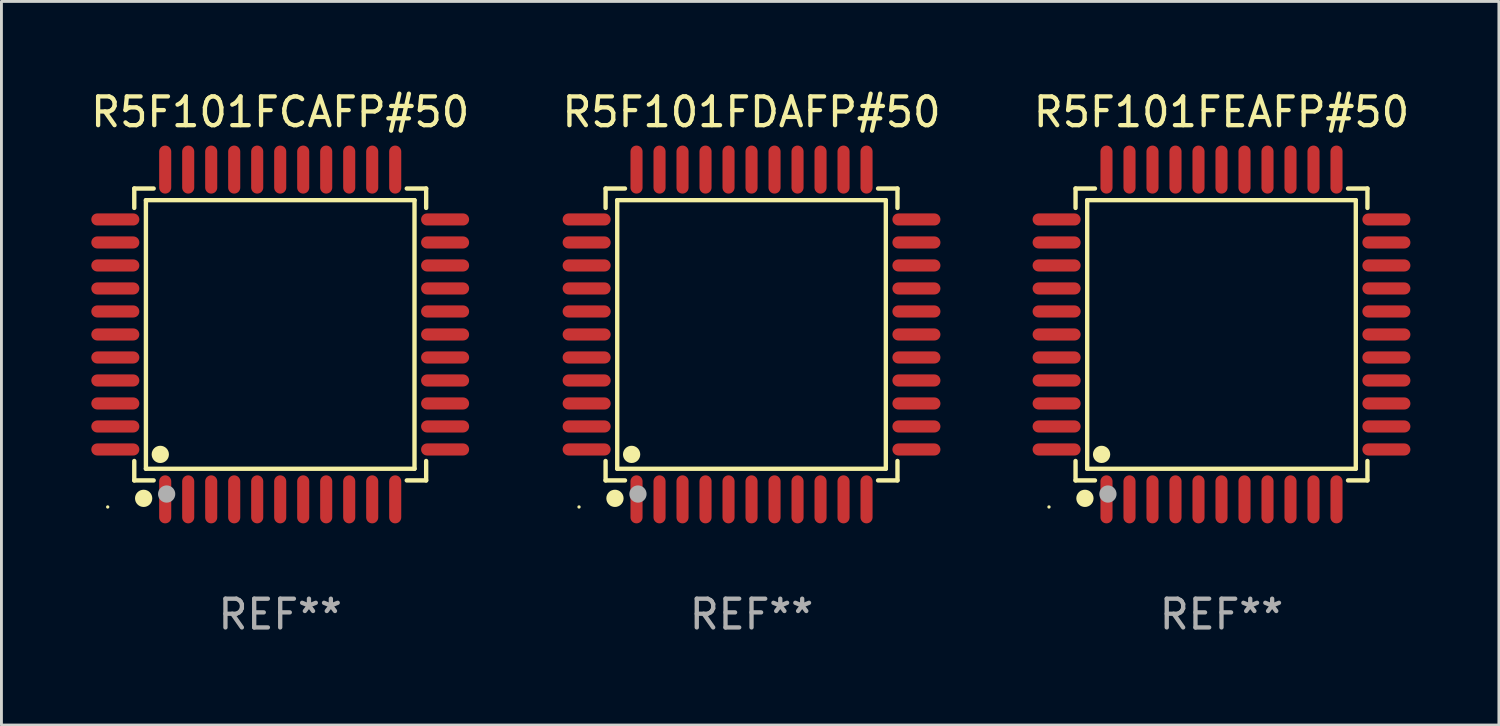
<source format=kicad_pcb>
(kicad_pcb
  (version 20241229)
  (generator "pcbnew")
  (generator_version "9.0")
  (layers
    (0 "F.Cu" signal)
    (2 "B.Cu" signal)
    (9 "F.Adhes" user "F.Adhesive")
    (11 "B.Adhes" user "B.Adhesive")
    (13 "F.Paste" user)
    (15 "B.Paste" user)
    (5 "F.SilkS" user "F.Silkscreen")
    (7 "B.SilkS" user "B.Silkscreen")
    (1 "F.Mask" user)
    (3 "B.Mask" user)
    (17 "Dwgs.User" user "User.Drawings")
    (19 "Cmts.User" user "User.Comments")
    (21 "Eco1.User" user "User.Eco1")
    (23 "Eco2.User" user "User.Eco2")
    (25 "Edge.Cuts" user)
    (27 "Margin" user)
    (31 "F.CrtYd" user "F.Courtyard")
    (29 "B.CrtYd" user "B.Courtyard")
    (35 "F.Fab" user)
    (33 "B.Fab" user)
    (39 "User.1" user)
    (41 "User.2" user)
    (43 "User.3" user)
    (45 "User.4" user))
  (footprint "R5F101FDAFP#50"
    (layer "F.Cu")
    (at 23.089 8.583)
    (property "Reference" "R5F101FDAFP#50" (at 0 -7.735 0) (layer "F.SilkS") (effects (font (size 1 1) (thickness 0.15))))
    (attr through_hole)
    (fp_line (start -5.076 -5.076) (end -4.401 -5.076) (stroke (width 0.152) (type solid)) (layer "F.SilkS"))
    (fp_line (start -5.076 -4.401) (end -5.076 -5.076) (stroke (width 0.152) (type solid)) (layer "F.SilkS"))
    (fp_line (start -5.076 4.401) (end -5.076 5.076) (stroke (width 0.152) (type solid)) (layer "F.SilkS"))
    (fp_line (start -5.076 5.076) (end -4.401 5.076) (stroke (width 0.152) (type solid)) (layer "F.SilkS"))
    (fp_line (start -4.671 -4.671) (end 4.671 -4.671) (stroke (width 0.152) (type solid)) (layer "F.SilkS"))
    (fp_line (start -4.671 4.671) (end -4.671 -4.671) (stroke (width 0.152) (type solid)) (layer "F.SilkS"))
    (fp_line (start 4.671 -4.671) (end 4.671 4.671) (stroke (width 0.152) (type solid)) (layer "F.SilkS"))
    (fp_line (start 4.671 4.671) (end -4.671 4.671) (stroke (width 0.152) (type solid)) (layer "F.SilkS"))
    (fp_line (start 5.076 -5.076) (end 4.401 -5.076) (stroke (width 0.152) (type solid)) (layer "F.SilkS"))
    (fp_line (start 5.076 -4.401) (end 5.076 -5.076) (stroke (width 0.152) (type solid)) (layer "F.SilkS"))
    (fp_line (start 5.076 4.401) (end 5.076 5.076) (stroke (width 0.152) (type solid)) (layer "F.SilkS"))
    (fp_line (start 5.076 5.076) (end 4.401 5.076) (stroke (width 0.152) (type solid)) (layer "F.SilkS"))
    (fp_circle (center -6 6) (end -5.97 6) (stroke (width 0.06) (type solid)) (fill no) (layer "F.SilkS"))
    (fp_circle (center -4.75 5.7) (end -4.6 5.7) (stroke (width 0.3) (type solid)) (fill no) (layer "F.SilkS"))
    (fp_circle (center -4.171 4.171) (end -4.021 4.171) (stroke (width 0.3) (type solid)) (fill no) (layer "F.SilkS"))
    (fp_circle (center -3.95 5.55) (end -3.8 5.55) (stroke (width 0.3) (type solid)) (fill no) (layer "F.Fab"))
    (fp_text user "REF**" (at 0 9.735 0) (layer "F.Fab") (effects (font (size 1 1) (thickness 0.15))))
    (pad "1" smd oval (at -4 5.735) (size 0.42 1.67) (layers "F.Cu" "F.Mask" "F.Paste"))
    (pad "2" smd oval (at -3.2 5.735) (size 0.42 1.67) (layers "F.Cu" "F.Mask" "F.Paste"))
    (pad "3" smd oval (at -2.4 5.735) (size 0.42 1.67) (layers "F.Cu" "F.Mask" "F.Paste"))
    (pad "4" smd oval (at -1.6 5.735) (size 0.42 1.67) (layers "F.Cu" "F.Mask" "F.Paste"))
    (pad "5" smd oval (at -0.8 5.735) (size 0.42 1.67) (layers "F.Cu" "F.Mask" "F.Paste"))
    (pad "6" smd oval (at 0 5.735) (size 0.42 1.67) (layers "F.Cu" "F.Mask" "F.Paste"))
    (pad "7" smd oval (at 0.8 5.735) (size 0.42 1.67) (layers "F.Cu" "F.Mask" "F.Paste"))
    (pad "8" smd oval (at 1.6 5.735) (size 0.42 1.67) (layers "F.Cu" "F.Mask" "F.Paste"))
    (pad "9" smd oval (at 2.4 5.735) (size 0.42 1.67) (layers "F.Cu" "F.Mask" "F.Paste"))
    (pad "10" smd oval (at 3.2 5.735) (size 0.42 1.67) (layers "F.Cu" "F.Mask" "F.Paste"))
    (pad "11" smd oval (at 4 5.735) (size 0.42 1.67) (layers "F.Cu" "F.Mask" "F.Paste"))
    (pad "12" smd oval (at 5.735 4) (size 1.67 0.42) (layers "F.Cu" "F.Mask" "F.Paste"))
    (pad "13" smd oval (at 5.735 3.2) (size 1.67 0.42) (layers "F.Cu" "F.Mask" "F.Paste"))
    (pad "14" smd oval (at 5.735 2.4) (size 1.67 0.42) (layers "F.Cu" "F.Mask" "F.Paste"))
    (pad "15" smd oval (at 5.735 1.6) (size 1.67 0.42) (layers "F.Cu" "F.Mask" "F.Paste"))
    (pad "16" smd oval (at 5.735 0.8) (size 1.67 0.42) (layers "F.Cu" "F.Mask" "F.Paste"))
    (pad "17" smd oval (at 5.735 0) (size 1.67 0.42) (layers "F.Cu" "F.Mask" "F.Paste"))
    (pad "18" smd oval (at 5.735 -0.8) (size 1.67 0.42) (layers "F.Cu" "F.Mask" "F.Paste"))
    (pad "19" smd oval (at 5.735 -1.6) (size 1.67 0.42) (layers "F.Cu" "F.Mask" "F.Paste"))
    (pad "20" smd oval (at 5.735 -2.4) (size 1.67 0.42) (layers "F.Cu" "F.Mask" "F.Paste"))
    (pad "21" smd oval (at 5.735 -3.2) (size 1.67 0.42) (layers "F.Cu" "F.Mask" "F.Paste"))
    (pad "22" smd oval (at 5.735 -4) (size 1.67 0.42) (layers "F.Cu" "F.Mask" "F.Paste"))
    (pad "23" smd oval (at 4 -5.735) (size 0.42 1.67) (layers "F.Cu" "F.Mask" "F.Paste"))
    (pad "24" smd oval (at 3.2 -5.735) (size 0.42 1.67) (layers "F.Cu" "F.Mask" "F.Paste"))
    (pad "25" smd oval (at 2.4 -5.735) (size 0.42 1.67) (layers "F.Cu" "F.Mask" "F.Paste"))
    (pad "26" smd oval (at 1.6 -5.735) (size 0.42 1.67) (layers "F.Cu" "F.Mask" "F.Paste"))
    (pad "27" smd oval (at 0.8 -5.735) (size 0.42 1.67) (layers "F.Cu" "F.Mask" "F.Paste"))
    (pad "28" smd oval (at 0 -5.735) (size 0.42 1.67) (layers "F.Cu" "F.Mask" "F.Paste"))
    (pad "29" smd oval (at -0.8 -5.735) (size 0.42 1.67) (layers "F.Cu" "F.Mask" "F.Paste"))
    (pad "30" smd oval (at -1.6 -5.735) (size 0.42 1.67) (layers "F.Cu" "F.Mask" "F.Paste"))
    (pad "31" smd oval (at -2.4 -5.735) (size 0.42 1.67) (layers "F.Cu" "F.Mask" "F.Paste"))
    (pad "32" smd oval (at -3.2 -5.735) (size 0.42 1.67) (layers "F.Cu" "F.Mask" "F.Paste"))
    (pad "33" smd oval (at -4 -5.735) (size 0.42 1.67) (layers "F.Cu" "F.Mask" "F.Paste"))
    (pad "34" smd oval (at -5.735 -4) (size 1.67 0.42) (layers "F.Cu" "F.Mask" "F.Paste"))
    (pad "35" smd oval (at -5.735 -3.2) (size 1.67 0.42) (layers "F.Cu" "F.Mask" "F.Paste"))
    (pad "36" smd oval (at -5.735 -2.4) (size 1.67 0.42) (layers "F.Cu" "F.Mask" "F.Paste"))
    (pad "37" smd oval (at -5.735 -1.6) (size 1.67 0.42) (layers "F.Cu" "F.Mask" "F.Paste"))
    (pad "38" smd oval (at -5.735 -0.8) (size 1.67 0.42) (layers "F.Cu" "F.Mask" "F.Paste"))
    (pad "39" smd oval (at -5.735 0) (size 1.67 0.42) (layers "F.Cu" "F.Mask" "F.Paste"))
    (pad "40" smd oval (at -5.735 0.8) (size 1.67 0.42) (layers "F.Cu" "F.Mask" "F.Paste"))
    (pad "41" smd oval (at -5.735 1.6) (size 1.67 0.42) (layers "F.Cu" "F.Mask" "F.Paste"))
    (pad "42" smd oval (at -5.735 2.4) (size 1.67 0.42) (layers "F.Cu" "F.Mask" "F.Paste"))
    (pad "43" smd oval (at -5.735 3.2) (size 1.67 0.42) (layers "F.Cu" "F.Mask" "F.Paste"))
    (pad "44" smd oval (at -5.735 4) (size 1.67 0.42) (layers "F.Cu" "F.Mask" "F.Paste")))
  (footprint "R5F101FEAFP#50"
    (layer "F.Cu")
    (at 39.435 8.583)
    (property "Reference" "R5F101FEAFP#50" (at 0 -7.735 0) (layer "F.SilkS") (effects (font (size 1 1) (thickness 0.15))))
    (attr through_hole)
    (fp_line (start -5.076 -5.076) (end -4.401 -5.076) (stroke (width 0.152) (type solid)) (layer "F.SilkS"))
    (fp_line (start -5.076 -4.401) (end -5.076 -5.076) (stroke (width 0.152) (type solid)) (layer "F.SilkS"))
    (fp_line (start -5.076 4.401) (end -5.076 5.076) (stroke (width 0.152) (type solid)) (layer "F.SilkS"))
    (fp_line (start -5.076 5.076) (end -4.401 5.076) (stroke (width 0.152) (type solid)) (layer "F.SilkS"))
    (fp_line (start -4.671 -4.671) (end 4.671 -4.671) (stroke (width 0.152) (type solid)) (layer "F.SilkS"))
    (fp_line (start -4.671 4.671) (end -4.671 -4.671) (stroke (width 0.152) (type solid)) (layer "F.SilkS"))
    (fp_line (start 4.671 -4.671) (end 4.671 4.671) (stroke (width 0.152) (type solid)) (layer "F.SilkS"))
    (fp_line (start 4.671 4.671) (end -4.671 4.671) (stroke (width 0.152) (type solid)) (layer "F.SilkS"))
    (fp_line (start 5.076 -5.076) (end 4.401 -5.076) (stroke (width 0.152) (type solid)) (layer "F.SilkS"))
    (fp_line (start 5.076 -4.401) (end 5.076 -5.076) (stroke (width 0.152) (type solid)) (layer "F.SilkS"))
    (fp_line (start 5.076 4.401) (end 5.076 5.076) (stroke (width 0.152) (type solid)) (layer "F.SilkS"))
    (fp_line (start 5.076 5.076) (end 4.401 5.076) (stroke (width 0.152) (type solid)) (layer "F.SilkS"))
    (fp_circle (center -6 6) (end -5.97 6) (stroke (width 0.06) (type solid)) (fill no) (layer "F.SilkS"))
    (fp_circle (center -4.75 5.7) (end -4.6 5.7) (stroke (width 0.3) (type solid)) (fill no) (layer "F.SilkS"))
    (fp_circle (center -4.171 4.171) (end -4.021 4.171) (stroke (width 0.3) (type solid)) (fill no) (layer "F.SilkS"))
    (fp_circle (center -3.95 5.55) (end -3.8 5.55) (stroke (width 0.3) (type solid)) (fill no) (layer "F.Fab"))
    (fp_text user "REF**" (at 0 9.735 0) (layer "F.Fab") (effects (font (size 1 1) (thickness 0.15))))
    (pad "1" smd oval (at -4 5.735) (size 0.42 1.67) (layers "F.Cu" "F.Mask" "F.Paste"))
    (pad "2" smd oval (at -3.2 5.735) (size 0.42 1.67) (layers "F.Cu" "F.Mask" "F.Paste"))
    (pad "3" smd oval (at -2.4 5.735) (size 0.42 1.67) (layers "F.Cu" "F.Mask" "F.Paste"))
    (pad "4" smd oval (at -1.6 5.735) (size 0.42 1.67) (layers "F.Cu" "F.Mask" "F.Paste"))
    (pad "5" smd oval (at -0.8 5.735) (size 0.42 1.67) (layers "F.Cu" "F.Mask" "F.Paste"))
    (pad "6" smd oval (at 0 5.735) (size 0.42 1.67) (layers "F.Cu" "F.Mask" "F.Paste"))
    (pad "7" smd oval (at 0.8 5.735) (size 0.42 1.67) (layers "F.Cu" "F.Mask" "F.Paste"))
    (pad "8" smd oval (at 1.6 5.735) (size 0.42 1.67) (layers "F.Cu" "F.Mask" "F.Paste"))
    (pad "9" smd oval (at 2.4 5.735) (size 0.42 1.67) (layers "F.Cu" "F.Mask" "F.Paste"))
    (pad "10" smd oval (at 3.2 5.735) (size 0.42 1.67) (layers "F.Cu" "F.Mask" "F.Paste"))
    (pad "11" smd oval (at 4 5.735) (size 0.42 1.67) (layers "F.Cu" "F.Mask" "F.Paste"))
    (pad "12" smd oval (at 5.735 4) (size 1.67 0.42) (layers "F.Cu" "F.Mask" "F.Paste"))
    (pad "13" smd oval (at 5.735 3.2) (size 1.67 0.42) (layers "F.Cu" "F.Mask" "F.Paste"))
    (pad "14" smd oval (at 5.735 2.4) (size 1.67 0.42) (layers "F.Cu" "F.Mask" "F.Paste"))
    (pad "15" smd oval (at 5.735 1.6) (size 1.67 0.42) (layers "F.Cu" "F.Mask" "F.Paste"))
    (pad "16" smd oval (at 5.735 0.8) (size 1.67 0.42) (layers "F.Cu" "F.Mask" "F.Paste"))
    (pad "17" smd oval (at 5.735 0) (size 1.67 0.42) (layers "F.Cu" "F.Mask" "F.Paste"))
    (pad "18" smd oval (at 5.735 -0.8) (size 1.67 0.42) (layers "F.Cu" "F.Mask" "F.Paste"))
    (pad "19" smd oval (at 5.735 -1.6) (size 1.67 0.42) (layers "F.Cu" "F.Mask" "F.Paste"))
    (pad "20" smd oval (at 5.735 -2.4) (size 1.67 0.42) (layers "F.Cu" "F.Mask" "F.Paste"))
    (pad "21" smd oval (at 5.735 -3.2) (size 1.67 0.42) (layers "F.Cu" "F.Mask" "F.Paste"))
    (pad "22" smd oval (at 5.735 -4) (size 1.67 0.42) (layers "F.Cu" "F.Mask" "F.Paste"))
    (pad "23" smd oval (at 4 -5.735) (size 0.42 1.67) (layers "F.Cu" "F.Mask" "F.Paste"))
    (pad "24" smd oval (at 3.2 -5.735) (size 0.42 1.67) (layers "F.Cu" "F.Mask" "F.Paste"))
    (pad "25" smd oval (at 2.4 -5.735) (size 0.42 1.67) (layers "F.Cu" "F.Mask" "F.Paste"))
    (pad "26" smd oval (at 1.6 -5.735) (size 0.42 1.67) (layers "F.Cu" "F.Mask" "F.Paste"))
    (pad "27" smd oval (at 0.8 -5.735) (size 0.42 1.67) (layers "F.Cu" "F.Mask" "F.Paste"))
    (pad "28" smd oval (at 0 -5.735) (size 0.42 1.67) (layers "F.Cu" "F.Mask" "F.Paste"))
    (pad "29" smd oval (at -0.8 -5.735) (size 0.42 1.67) (layers "F.Cu" "F.Mask" "F.Paste"))
    (pad "30" smd oval (at -1.6 -5.735) (size 0.42 1.67) (layers "F.Cu" "F.Mask" "F.Paste"))
    (pad "31" smd oval (at -2.4 -5.735) (size 0.42 1.67) (layers "F.Cu" "F.Mask" "F.Paste"))
    (pad "32" smd oval (at -3.2 -5.735) (size 0.42 1.67) (layers "F.Cu" "F.Mask" "F.Paste"))
    (pad "33" smd oval (at -4 -5.735) (size 0.42 1.67) (layers "F.Cu" "F.Mask" "F.Paste"))
    (pad "34" smd oval (at -5.735 -4) (size 1.67 0.42) (layers "F.Cu" "F.Mask" "F.Paste"))
    (pad "35" smd oval (at -5.735 -3.2) (size 1.67 0.42) (layers "F.Cu" "F.Mask" "F.Paste"))
    (pad "36" smd oval (at -5.735 -2.4) (size 1.67 0.42) (layers "F.Cu" "F.Mask" "F.Paste"))
    (pad "37" smd oval (at -5.735 -1.6) (size 1.67 0.42) (layers "F.Cu" "F.Mask" "F.Paste"))
    (pad "38" smd oval (at -5.735 -0.8) (size 1.67 0.42) (layers "F.Cu" "F.Mask" "F.Paste"))
    (pad "39" smd oval (at -5.735 0) (size 1.67 0.42) (layers "F.Cu" "F.Mask" "F.Paste"))
    (pad "40" smd oval (at -5.735 0.8) (size 1.67 0.42) (layers "F.Cu" "F.Mask" "F.Paste"))
    (pad "41" smd oval (at -5.735 1.6) (size 1.67 0.42) (layers "F.Cu" "F.Mask" "F.Paste"))
    (pad "42" smd oval (at -5.735 2.4) (size 1.67 0.42) (layers "F.Cu" "F.Mask" "F.Paste"))
    (pad "43" smd oval (at -5.735 3.2) (size 1.67 0.42) (layers "F.Cu" "F.Mask" "F.Paste"))
    (pad "44" smd oval (at -5.735 4) (size 1.67 0.42) (layers "F.Cu" "F.Mask" "F.Paste")))
  (footprint "R5F101FCAFP#50"
    (layer "F.Cu")
    (at 6.696 8.583)
    (property "Reference" "R5F101FCAFP#50" (at 0 -7.735 0) (layer "F.SilkS") (effects (font (size 1 1) (thickness 0.15))))
    (attr through_hole)
    (fp_line (start -5.076 -5.076) (end -4.401 -5.076) (stroke (width 0.152) (type solid)) (layer "F.SilkS"))
    (fp_line (start -5.076 -4.401) (end -5.076 -5.076) (stroke (width 0.152) (type solid)) (layer "F.SilkS"))
    (fp_line (start -5.076 4.401) (end -5.076 5.076) (stroke (width 0.152) (type solid)) (layer "F.SilkS"))
    (fp_line (start -5.076 5.076) (end -4.401 5.076) (stroke (width 0.152) (type solid)) (layer "F.SilkS"))
    (fp_line (start -4.671 -4.671) (end 4.671 -4.671) (stroke (width 0.152) (type solid)) (layer "F.SilkS"))
    (fp_line (start -4.671 4.671) (end -4.671 -4.671) (stroke (width 0.152) (type solid)) (layer "F.SilkS"))
    (fp_line (start 4.671 -4.671) (end 4.671 4.671) (stroke (width 0.152) (type solid)) (layer "F.SilkS"))
    (fp_line (start 4.671 4.671) (end -4.671 4.671) (stroke (width 0.152) (type solid)) (layer "F.SilkS"))
    (fp_line (start 5.076 -5.076) (end 4.401 -5.076) (stroke (width 0.152) (type solid)) (layer "F.SilkS"))
    (fp_line (start 5.076 -4.401) (end 5.076 -5.076) (stroke (width 0.152) (type solid)) (layer "F.SilkS"))
    (fp_line (start 5.076 4.401) (end 5.076 5.076) (stroke (width 0.152) (type solid)) (layer "F.SilkS"))
    (fp_line (start 5.076 5.076) (end 4.401 5.076) (stroke (width 0.152) (type solid)) (layer "F.SilkS"))
    (fp_circle (center -6 6) (end -5.97 6) (stroke (width 0.06) (type solid)) (fill no) (layer "F.SilkS"))
    (fp_circle (center -4.75 5.7) (end -4.6 5.7) (stroke (width 0.3) (type solid)) (fill no) (layer "F.SilkS"))
    (fp_circle (center -4.171 4.171) (end -4.021 4.171) (stroke (width 0.3) (type solid)) (fill no) (layer "F.SilkS"))
    (fp_circle (center -3.95 5.55) (end -3.8 5.55) (stroke (width 0.3) (type solid)) (fill no) (layer "F.Fab"))
    (fp_text user "REF**" (at 0 9.735 0) (layer "F.Fab") (effects (font (size 1 1) (thickness 0.15))))
    (pad "1" smd oval (at -4 5.735) (size 0.42 1.67) (layers "F.Cu" "F.Mask" "F.Paste"))
    (pad "2" smd oval (at -3.2 5.735) (size 0.42 1.67) (layers "F.Cu" "F.Mask" "F.Paste"))
    (pad "3" smd oval (at -2.4 5.735) (size 0.42 1.67) (layers "F.Cu" "F.Mask" "F.Paste"))
    (pad "4" smd oval (at -1.6 5.735) (size 0.42 1.67) (layers "F.Cu" "F.Mask" "F.Paste"))
    (pad "5" smd oval (at -0.8 5.735) (size 0.42 1.67) (layers "F.Cu" "F.Mask" "F.Paste"))
    (pad "6" smd oval (at 0 5.735) (size 0.42 1.67) (layers "F.Cu" "F.Mask" "F.Paste"))
    (pad "7" smd oval (at 0.8 5.735) (size 0.42 1.67) (layers "F.Cu" "F.Mask" "F.Paste"))
    (pad "8" smd oval (at 1.6 5.735) (size 0.42 1.67) (layers "F.Cu" "F.Mask" "F.Paste"))
    (pad "9" smd oval (at 2.4 5.735) (size 0.42 1.67) (layers "F.Cu" "F.Mask" "F.Paste"))
    (pad "10" smd oval (at 3.2 5.735) (size 0.42 1.67) (layers "F.Cu" "F.Mask" "F.Paste"))
    (pad "11" smd oval (at 4 5.735) (size 0.42 1.67) (layers "F.Cu" "F.Mask" "F.Paste"))
    (pad "12" smd oval (at 5.735 4) (size 1.67 0.42) (layers "F.Cu" "F.Mask" "F.Paste"))
    (pad "13" smd oval (at 5.735 3.2) (size 1.67 0.42) (layers "F.Cu" "F.Mask" "F.Paste"))
    (pad "14" smd oval (at 5.735 2.4) (size 1.67 0.42) (layers "F.Cu" "F.Mask" "F.Paste"))
    (pad "15" smd oval (at 5.735 1.6) (size 1.67 0.42) (layers "F.Cu" "F.Mask" "F.Paste"))
    (pad "16" smd oval (at 5.735 0.8) (size 1.67 0.42) (layers "F.Cu" "F.Mask" "F.Paste"))
    (pad "17" smd oval (at 5.735 0) (size 1.67 0.42) (layers "F.Cu" "F.Mask" "F.Paste"))
    (pad "18" smd oval (at 5.735 -0.8) (size 1.67 0.42) (layers "F.Cu" "F.Mask" "F.Paste"))
    (pad "19" smd oval (at 5.735 -1.6) (size 1.67 0.42) (layers "F.Cu" "F.Mask" "F.Paste"))
    (pad "20" smd oval (at 5.735 -2.4) (size 1.67 0.42) (layers "F.Cu" "F.Mask" "F.Paste"))
    (pad "21" smd oval (at 5.735 -3.2) (size 1.67 0.42) (layers "F.Cu" "F.Mask" "F.Paste"))
    (pad "22" smd oval (at 5.735 -4) (size 1.67 0.42) (layers "F.Cu" "F.Mask" "F.Paste"))
    (pad "23" smd oval (at 4 -5.735) (size 0.42 1.67) (layers "F.Cu" "F.Mask" "F.Paste"))
    (pad "24" smd oval (at 3.2 -5.735) (size 0.42 1.67) (layers "F.Cu" "F.Mask" "F.Paste"))
    (pad "25" smd oval (at 2.4 -5.735) (size 0.42 1.67) (layers "F.Cu" "F.Mask" "F.Paste"))
    (pad "26" smd oval (at 1.6 -5.735) (size 0.42 1.67) (layers "F.Cu" "F.Mask" "F.Paste"))
    (pad "27" smd oval (at 0.8 -5.735) (size 0.42 1.67) (layers "F.Cu" "F.Mask" "F.Paste"))
    (pad "28" smd oval (at 0 -5.735) (size 0.42 1.67) (layers "F.Cu" "F.Mask" "F.Paste"))
    (pad "29" smd oval (at -0.8 -5.735) (size 0.42 1.67) (layers "F.Cu" "F.Mask" "F.Paste"))
    (pad "30" smd oval (at -1.6 -5.735) (size 0.42 1.67) (layers "F.Cu" "F.Mask" "F.Paste"))
    (pad "31" smd oval (at -2.4 -5.735) (size 0.42 1.67) (layers "F.Cu" "F.Mask" "F.Paste"))
    (pad "32" smd oval (at -3.2 -5.735) (size 0.42 1.67) (layers "F.Cu" "F.Mask" "F.Paste"))
    (pad "33" smd oval (at -4 -5.735) (size 0.42 1.67) (layers "F.Cu" "F.Mask" "F.Paste"))
    (pad "34" smd oval (at -5.735 -4) (size 1.67 0.42) (layers "F.Cu" "F.Mask" "F.Paste"))
    (pad "35" smd oval (at -5.735 -3.2) (size 1.67 0.42) (layers "F.Cu" "F.Mask" "F.Paste"))
    (pad "36" smd oval (at -5.735 -2.4) (size 1.67 0.42) (layers "F.Cu" "F.Mask" "F.Paste"))
    (pad "37" smd oval (at -5.735 -1.6) (size 1.67 0.42) (layers "F.Cu" "F.Mask" "F.Paste"))
    (pad "38" smd oval (at -5.735 -0.8) (size 1.67 0.42) (layers "F.Cu" "F.Mask" "F.Paste"))
    (pad "39" smd oval (at -5.735 0) (size 1.67 0.42) (layers "F.Cu" "F.Mask" "F.Paste"))
    (pad "40" smd oval (at -5.735 0.8) (size 1.67 0.42) (layers "F.Cu" "F.Mask" "F.Paste"))
    (pad "41" smd oval (at -5.735 1.6) (size 1.67 0.42) (layers "F.Cu" "F.Mask" "F.Paste"))
    (pad "42" smd oval (at -5.735 2.4) (size 1.67 0.42) (layers "F.Cu" "F.Mask" "F.Paste"))
    (pad "43" smd oval (at -5.735 3.2) (size 1.67 0.42) (layers "F.Cu" "F.Mask" "F.Paste"))
    (pad "44" smd oval (at -5.735 4) (size 1.67 0.42) (layers "F.Cu" "F.Mask" "F.Paste")))
  (gr_rect
    (start -3 -3)
    (end 49.083 22.167)
    (stroke (width 0.1) (type default))
    (fill no)
    (layer "Edge.Cuts")))
</source>
